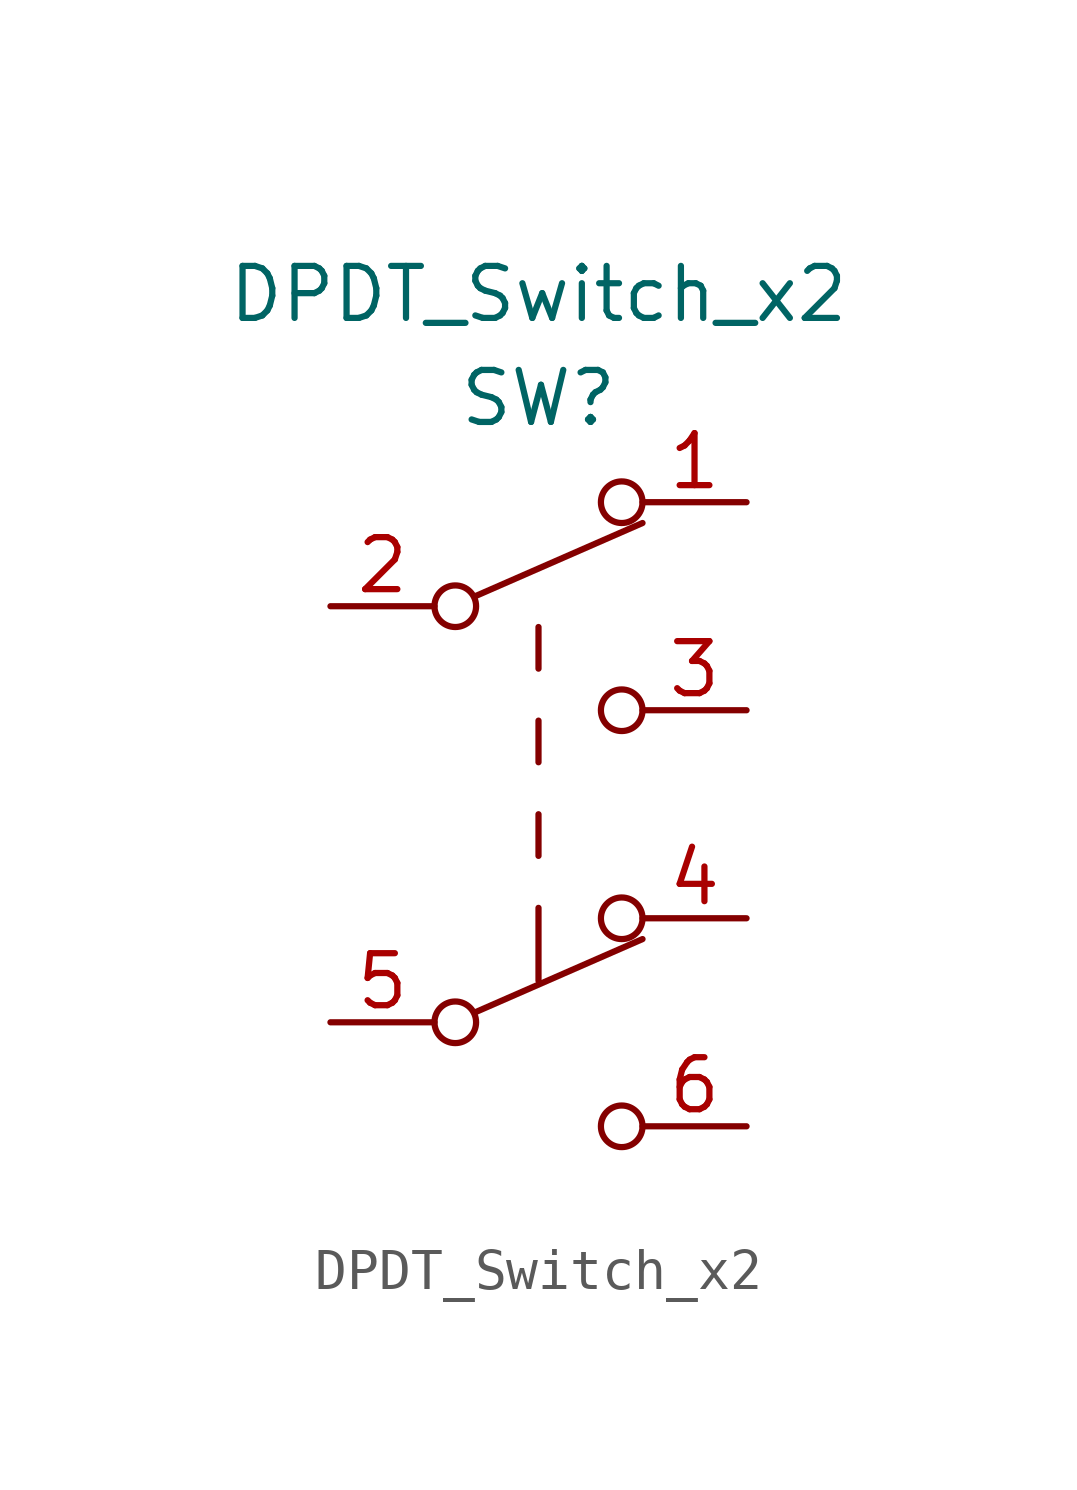
<source format=kicad_sym>
(kicad_symbol_lib
  (version 20211014)
  (generator kicad_symbol_editor)
  (symbol "DPDT_Switch_x2"
    (property "Reference" "SW"
      (at 0 10.16 0)
      (effects (font (size 1.27 1.27))))
    (property "Value" "DPDT_Switch_x2"
      (at 0 12.7 0)
      (effects (font (size 1.27 1.27))))
    (symbol "DPDT_Switch_x2_0_0"
      (circle (center -2.032 -5.08) (radius 0.508) (stroke (width 0) (type default) (color 0 0 0 0)) (fill (type none)))
      (circle (center -2.032 5.08) (radius 0.508) (stroke (width 0) (type default) (color 0 0 0 0)) (fill (type none)))
      (circle (center 2.032 -7.62) (radius 0.508) (stroke (width 0) (type default) (color 0 0 0 0)) (fill (type none)))
      (circle (center 2.032 2.54) (radius 0.508) (stroke (width 0) (type default) (color 0 0 0 0)) (fill (type none))))
    (symbol "DPDT_Switch_x2_0_1"
      (polyline (pts (xy -1.524 -4.826) (xy 2.54 -3.048)) (stroke (width 0) (type default) (color 0 0 0 0)) (fill (type none)))
      (polyline (pts (xy -1.524 5.334) (xy 2.54 7.112)) (stroke (width 0) (type default) (color 0 0 0 0)) (fill (type none)))
      (polyline (pts (xy 0 -2.286) (xy 0 -4.064)) (stroke (width 0) (type default) (color 0 0 0 0)) (fill (type none)))
      (polyline (pts (xy 0 -1.016) (xy 0 0)) (stroke (width 0) (type default) (color 0 0 0 0)) (fill (type none)))
      (polyline (pts (xy 0 1.27) (xy 0 2.286)) (stroke (width 0) (type default) (color 0 0 0 0)) (fill (type none)))
      (polyline (pts (xy 0 3.556) (xy 0 4.572)) (stroke (width 0) (type default) (color 0 0 0 0)) (fill (type none)))
      (circle (center 2.032 -2.54) (radius 0.508) (stroke (width 0) (type default) (color 0 0 0 0)) (fill (type none)))
      (circle (center 2.032 7.62) (radius 0.508) (stroke (width 0) (type default) (color 0 0 0 0)) (fill (type none))))
    (symbol "DPDT_Switch_x2_1_1"
      (pin passive line (at 5.08 7.62 180) (length 2.54) (name "" (effects (font (size 1.27 1.27)))) (number "1" (effects (font (size 1.27 1.27)))))
      (pin passive line (at -5.08 5.08 0) (length 2.54) (name "" (effects (font (size 1.27 1.27)))) (number "2" (effects (font (size 1.27 1.27)))))
      (pin passive line (at 5.08 2.54 180) (length 2.54) (name "" (effects (font (size 1.27 1.27)))) (number "3" (effects (font (size 1.27 1.27)))))
      (pin passive line (at 5.08 -2.54 180) (length 2.54) (name "" (effects (font (size 1.27 1.27)))) (number "4" (effects (font (size 1.27 1.27)))))
      (pin passive line (at -5.08 -5.08 0) (length 2.54) (name "" (effects (font (size 1.27 1.27)))) (number "5" (effects (font (size 1.27 1.27)))))
      (pin passive line (at 5.08 -7.62 180) (length 2.54) (name "" (effects (font (size 1.27 1.27)))) (number "6" (effects (font (size 1.27 1.27))))))))
</source>
